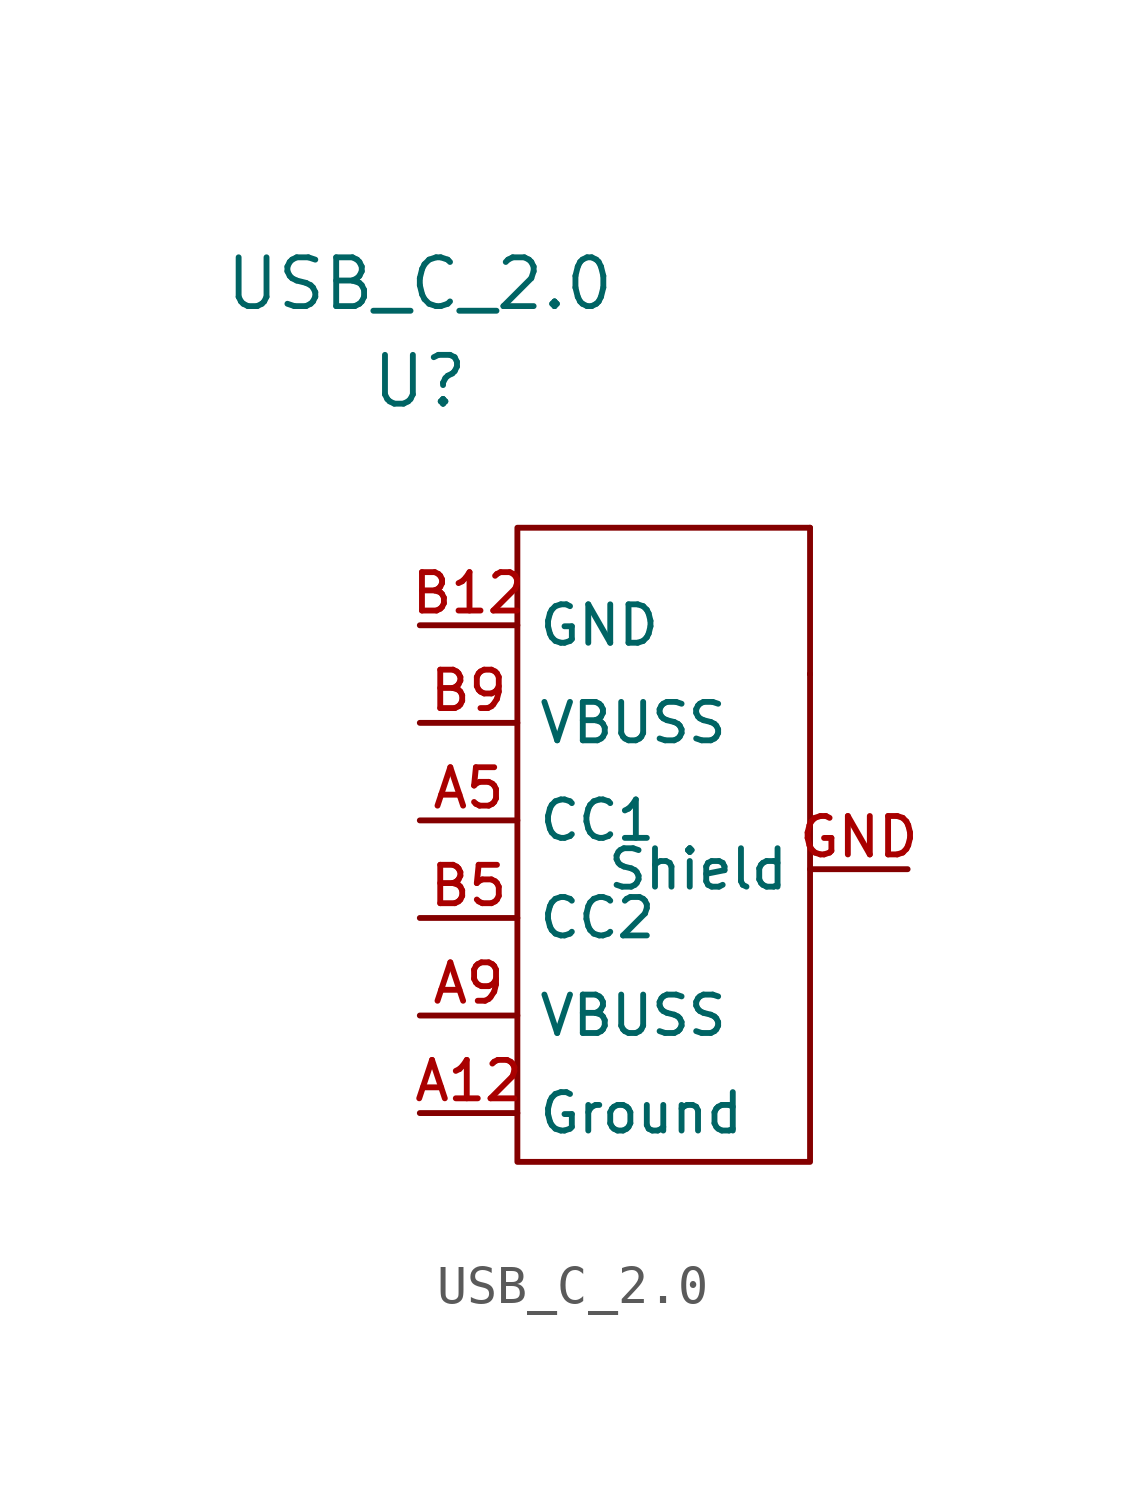
<source format=kicad_sym>
(kicad_symbol_lib
  (version 20211014)
  (generator kicad_symbol_editor)
  (symbol "USB_C_2.0"
    (property "Reference" "U"
      (at 0 0 0)
      (effects (font (size 1.27 1.27))))
    (property "Value" "USB_C_2.0"
      (at 0 2.54 0)
      (effects (font (size 1.27 1.27))))
    (symbol "USB_C_2.0_0_1"
      (rectangle (start 2.54 -3.81) (end 10.16 -20.32) (stroke (width 0) (type default) (color 0 0 0 0)) (fill (type none)))
      (rectangle (start 10.16 -7.62) (end 10.16 -7.62) (stroke (width 0) (type default) (color 0 0 0 0)) (fill (type none)))
      (rectangle (start 10.16 -7.62) (end 10.16 -7.62) (stroke (width 0) (type default) (color 0 0 0 0)) (fill (type none)))
      (rectangle (start 10.16 -3.81) (end 10.16 -3.81) (stroke (width 0) (type default) (color 0 0 0 0)) (fill (type none))))
    (symbol "USB_C_2.0_1_1"
      (pin power_out line (at 0 -19.05 0) (length 2.54) (name "Ground" (effects (font (size 1 1)))) (number "A12" (effects (font (size 1 1)))))
      (pin bidirectional line (at 0 -11.43 0) (length 2.54) (name "CC1" (effects (font (size 1 1)))) (number "A5" (effects (font (size 1 1)))))
      (pin power_in line (at 0 -16.51 0) (length 2.54) (name "VBUSS" (effects (font (size 1 1)))) (number "A9" (effects (font (size 1 1)))))
      (pin power_out line (at 0 -6.35 0) (length 2.54) (name "GND" (effects (font (size 1 1)))) (number "B12" (effects (font (size 1 1)))))
      (pin bidirectional line (at 0 -13.97 0) (length 2.54) (name "CC2" (effects (font (size 1 1)))) (number "B5" (effects (font (size 1 1)))))
      (pin power_in line (at 0 -8.89 0) (length 2.54) (name "VBUSS" (effects (font (size 1 1)))) (number "B9" (effects (font (size 1 1)))))
      (pin passive line (at 12.7 -12.7 180) (length 2.54) (name "Shield" (effects (font (size 1 1)))) (number "GND" (effects (font (size 1 1))))))))
</source>
